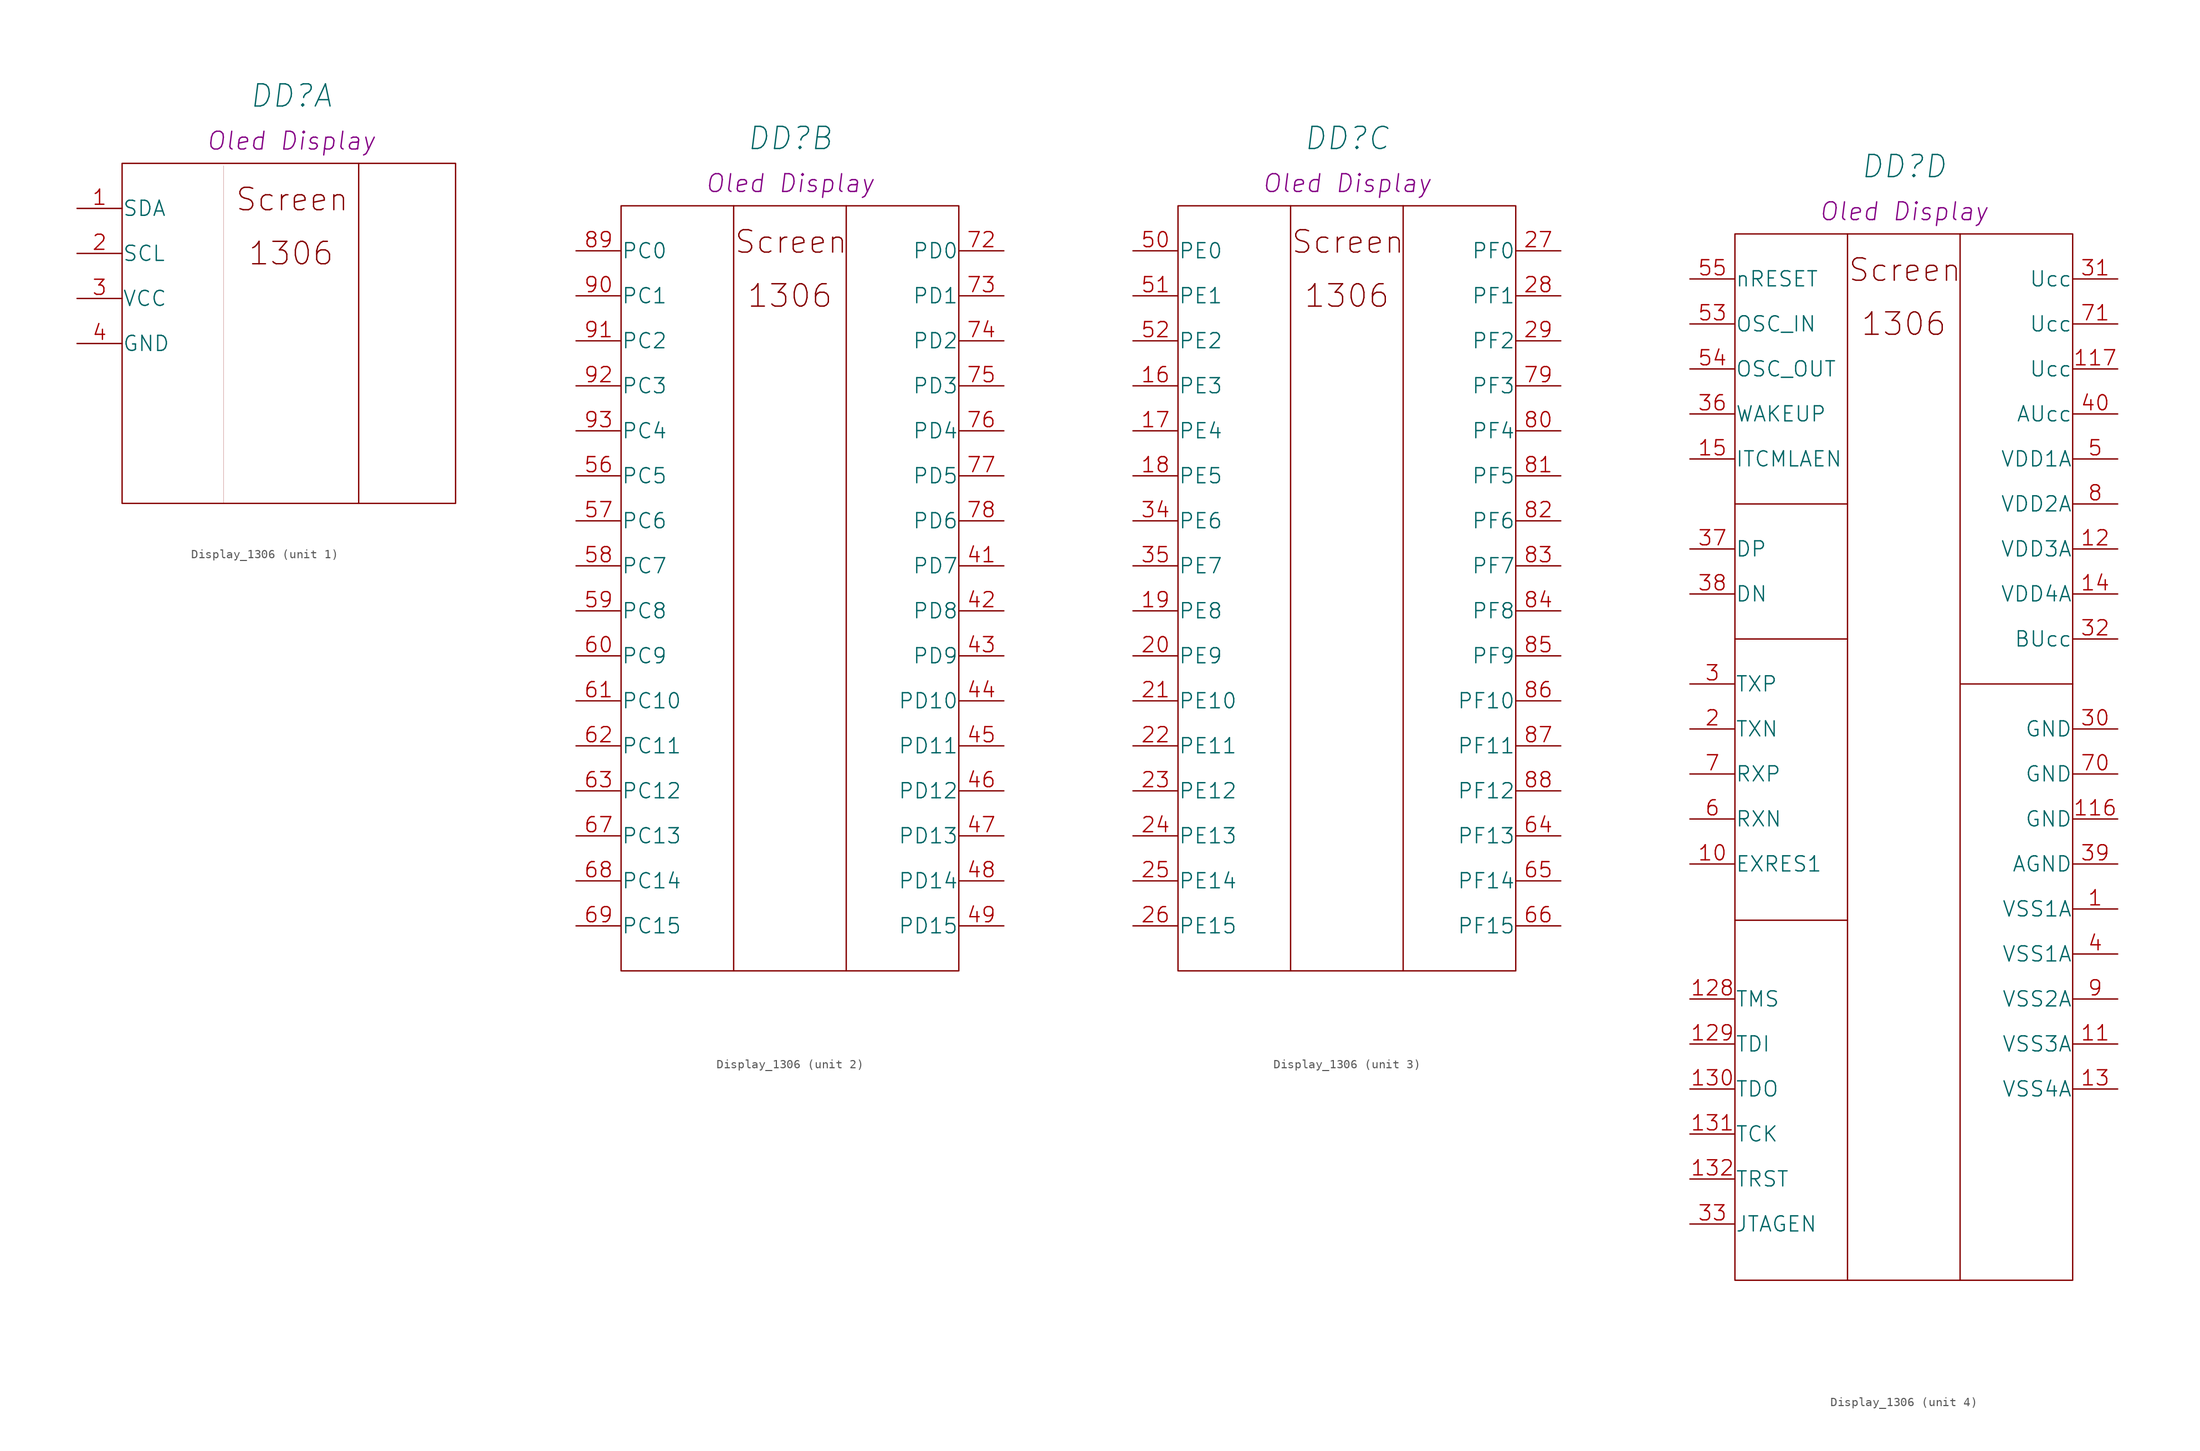
<source format=kicad_sym>
(kicad_symbol_lib
  (version 20210619)
  (generator kicad_symbol_editor)
  (symbol "my_Library:Display_1306"
    (pin_names
      (offset 0.025))
    (property "Reference" "DD"
      (at 24.13 12.7 0)
      (effects (font (size 2.501 2.501) italic)))
    (property "ValueName" "Oled Display"
      (at 24.13 7.62 0)
      (effects (font (size 2.007 2.007) italic)))
    (property "ki_locked" ""
      (at 0 0 0)
      (effects (font (size 1.27 1.27))))
    (symbol "Display_1306_0_0"
      (text "1306" (at 24.13 -5.08 0) (effects (font (size 2.527 2.527))))
      (text "Screen" (at 24.257 1.016 0) (effects (font (size 2.527 2.527)))))
    (symbol "Display_1306_1_1"
      (rectangle (start 5.08 5.08) (end 42.672 -33.274) (stroke (width 0)) (fill (type none)))
      (polyline (pts (xy 16.51 4.826) (xy 16.51 -33.274)) (stroke (width 0.001)) (fill (type none)))
      (polyline (pts (xy 31.75 5.08) (xy 31.75 -33.274)) (stroke (width 0)) (fill (type none)))
      (pin bidirectional line (at 0 0 0) (length 5.08) (name "SDA" (effects (font (size 1.702 1.702)))) (number "1" (effects (font (size 1.702 1.702)))))
      (pin bidirectional line (at 0 -5.08 0) (length 5.08) (name "SCL" (effects (font (size 1.702 1.702)))) (number "2" (effects (font (size 1.702 1.702)))))
      (pin bidirectional line (at 0 -10.16 0) (length 5.08) (name "VCC" (effects (font (size 1.702 1.702)))) (number "3" (effects (font (size 1.702 1.702)))))
      (pin bidirectional line (at 0 -15.24 0) (length 5.08) (name "GND" (effects (font (size 1.702 1.702)))) (number "4" (effects (font (size 1.702 1.702))))))
    (symbol "Display_1306_2_1"
      (rectangle (start 5.08 -81.28) (end 43.18 5.08) (stroke (width 0)) (fill (type none)))
      (polyline (pts (xy 30.48 5.08) (xy 30.48 -81.28)) (stroke (width 0)) (fill (type none)))
      (polyline (pts (xy 17.78 5.08) (xy 17.78 -74.93) (xy 17.78 -81.28)) (stroke (width 0)) (fill (type none)))
      (pin bidirectional line (at 48.26 -35.56 180) (length 5.08) (name "PD7" (effects (font (size 1.702 1.702)))) (number "41" (effects (font (size 1.702 1.702)))))
      (pin bidirectional line (at 48.26 -40.64 180) (length 5.08) (name "PD8" (effects (font (size 1.702 1.702)))) (number "42" (effects (font (size 1.702 1.702)))))
      (pin bidirectional line (at 48.26 -45.72 180) (length 5.08) (name "PD9" (effects (font (size 1.702 1.702)))) (number "43" (effects (font (size 1.702 1.702)))))
      (pin bidirectional line (at 48.26 -50.8 180) (length 5.08) (name "PD10" (effects (font (size 1.702 1.702)))) (number "44" (effects (font (size 1.702 1.702)))))
      (pin bidirectional line (at 48.26 -55.88 180) (length 5.08) (name "PD11" (effects (font (size 1.702 1.702)))) (number "45" (effects (font (size 1.702 1.702)))))
      (pin bidirectional line (at 48.26 -60.96 180) (length 5.08) (name "PD12" (effects (font (size 1.702 1.702)))) (number "46" (effects (font (size 1.702 1.702)))))
      (pin bidirectional line (at 48.26 -66.04 180) (length 5.08) (name "PD13" (effects (font (size 1.702 1.702)))) (number "47" (effects (font (size 1.702 1.702)))))
      (pin bidirectional line (at 48.26 -71.12 180) (length 5.08) (name "PD14" (effects (font (size 1.702 1.702)))) (number "48" (effects (font (size 1.702 1.702)))))
      (pin bidirectional line (at 48.26 -76.2 180) (length 5.08) (name "PD15" (effects (font (size 1.702 1.702)))) (number "49" (effects (font (size 1.702 1.702)))))
      (pin bidirectional line (at 0 -25.4 0) (length 5.08) (name "PC5" (effects (font (size 1.702 1.702)))) (number "56" (effects (font (size 1.702 1.702)))))
      (pin bidirectional line (at 0 -30.48 0) (length 5.08) (name "PC6" (effects (font (size 1.702 1.702)))) (number "57" (effects (font (size 1.702 1.702)))))
      (pin bidirectional line (at 0 -35.56 0) (length 5.08) (name "PC7" (effects (font (size 1.702 1.702)))) (number "58" (effects (font (size 1.702 1.702)))))
      (pin bidirectional line (at 0 -40.64 0) (length 5.08) (name "PC8" (effects (font (size 1.702 1.702)))) (number "59" (effects (font (size 1.702 1.702)))))
      (pin bidirectional line (at 0 -45.72 0) (length 5.08) (name "PC9" (effects (font (size 1.702 1.702)))) (number "60" (effects (font (size 1.702 1.702)))))
      (pin bidirectional line (at 0 -50.8 0) (length 5.08) (name "PC10" (effects (font (size 1.702 1.702)))) (number "61" (effects (font (size 1.702 1.702)))))
      (pin bidirectional line (at 0 -55.88 0) (length 5.08) (name "PC11" (effects (font (size 1.702 1.702)))) (number "62" (effects (font (size 1.702 1.702)))))
      (pin bidirectional line (at 0 -60.96 0) (length 5.08) (name "PC12" (effects (font (size 1.702 1.702)))) (number "63" (effects (font (size 1.702 1.702)))))
      (pin bidirectional line (at 0 -66.04 0) (length 5.08) (name "PC13" (effects (font (size 1.702 1.702)))) (number "67" (effects (font (size 1.702 1.702)))))
      (pin bidirectional line (at 0 -71.12 0) (length 5.08) (name "PC14" (effects (font (size 1.702 1.702)))) (number "68" (effects (font (size 1.702 1.702)))))
      (pin bidirectional line (at 0 -76.2 0) (length 5.08) (name "PC15" (effects (font (size 1.702 1.702)))) (number "69" (effects (font (size 1.702 1.702)))))
      (pin bidirectional line (at 48.26 0 180) (length 5.08) (name "PD0" (effects (font (size 1.702 1.702)))) (number "72" (effects (font (size 1.702 1.702)))))
      (pin bidirectional line (at 48.26 -5.08 180) (length 5.08) (name "PD1" (effects (font (size 1.702 1.702)))) (number "73" (effects (font (size 1.702 1.702)))))
      (pin bidirectional line (at 48.26 -10.16 180) (length 5.08) (name "PD2" (effects (font (size 1.702 1.702)))) (number "74" (effects (font (size 1.702 1.702)))))
      (pin bidirectional line (at 48.26 -15.24 180) (length 5.08) (name "PD3" (effects (font (size 1.702 1.702)))) (number "75" (effects (font (size 1.702 1.702)))))
      (pin bidirectional line (at 48.26 -20.32 180) (length 5.08) (name "PD4" (effects (font (size 1.702 1.702)))) (number "76" (effects (font (size 1.702 1.702)))))
      (pin bidirectional line (at 48.26 -25.4 180) (length 5.08) (name "PD5" (effects (font (size 1.702 1.702)))) (number "77" (effects (font (size 1.702 1.702)))))
      (pin bidirectional line (at 48.26 -30.48 180) (length 5.08) (name "PD6" (effects (font (size 1.702 1.702)))) (number "78" (effects (font (size 1.702 1.702)))))
      (pin bidirectional line (at 0 0 0) (length 5.08) (name "PC0" (effects (font (size 1.702 1.702)))) (number "89" (effects (font (size 1.702 1.702)))))
      (pin bidirectional line (at 0 -5.08 0) (length 5.08) (name "PC1" (effects (font (size 1.702 1.702)))) (number "90" (effects (font (size 1.702 1.702)))))
      (pin bidirectional line (at 0 -10.16 0) (length 5.08) (name "PC2" (effects (font (size 1.702 1.702)))) (number "91" (effects (font (size 1.702 1.702)))))
      (pin bidirectional line (at 0 -15.24 0) (length 5.08) (name "PC3" (effects (font (size 1.702 1.702)))) (number "92" (effects (font (size 1.702 1.702)))))
      (pin bidirectional line (at 0 -20.32 0) (length 5.08) (name "PC4" (effects (font (size 1.702 1.702)))) (number "93" (effects (font (size 1.702 1.702))))))
    (symbol "Display_1306_3_1"
      (rectangle (start 5.08 -81.28) (end 43.18 5.08) (stroke (width 0)) (fill (type none)))
      (polyline (pts (xy 30.48 5.08) (xy 30.48 -81.28)) (stroke (width 0)) (fill (type none)))
      (polyline (pts (xy 17.78 5.08) (xy 17.78 -55.88) (xy 17.78 -81.28)) (stroke (width 0)) (fill (type none)))
      (pin bidirectional line (at 0 -15.24 0) (length 5.08) (name "PE3" (effects (font (size 1.702 1.702)))) (number "16" (effects (font (size 1.702 1.702)))))
      (pin bidirectional line (at 0 -20.32 0) (length 5.08) (name "PE4" (effects (font (size 1.702 1.702)))) (number "17" (effects (font (size 1.702 1.702)))))
      (pin bidirectional line (at 0 -25.4 0) (length 5.08) (name "PE5" (effects (font (size 1.702 1.702)))) (number "18" (effects (font (size 1.702 1.702)))))
      (pin bidirectional line (at 0 -40.64 0) (length 5.08) (name "PE8" (effects (font (size 1.702 1.702)))) (number "19" (effects (font (size 1.702 1.702)))))
      (pin bidirectional line (at 0 -45.72 0) (length 5.08) (name "PE9" (effects (font (size 1.702 1.702)))) (number "20" (effects (font (size 1.702 1.702)))))
      (pin bidirectional line (at 0 -50.8 0) (length 5.08) (name "PE10" (effects (font (size 1.702 1.702)))) (number "21" (effects (font (size 1.702 1.702)))))
      (pin bidirectional line (at 0 -55.88 0) (length 5.08) (name "PE11" (effects (font (size 1.702 1.702)))) (number "22" (effects (font (size 1.702 1.702)))))
      (pin bidirectional line (at 0 -60.96 0) (length 5.08) (name "PE12" (effects (font (size 1.702 1.702)))) (number "23" (effects (font (size 1.702 1.702)))))
      (pin bidirectional line (at 0 -66.04 0) (length 5.08) (name "PE13" (effects (font (size 1.702 1.702)))) (number "24" (effects (font (size 1.702 1.702)))))
      (pin bidirectional line (at 0 -71.12 0) (length 5.08) (name "PE14" (effects (font (size 1.702 1.702)))) (number "25" (effects (font (size 1.702 1.702)))))
      (pin bidirectional line (at 0 -76.2 0) (length 5.08) (name "PE15" (effects (font (size 1.702 1.702)))) (number "26" (effects (font (size 1.702 1.702)))))
      (pin bidirectional line (at 48.26 0 180) (length 5.08) (name "PF0" (effects (font (size 1.702 1.702)))) (number "27" (effects (font (size 1.702 1.702)))))
      (pin bidirectional line (at 48.26 -5.08 180) (length 5.08) (name "PF1" (effects (font (size 1.702 1.702)))) (number "28" (effects (font (size 1.702 1.702)))))
      (pin bidirectional line (at 48.26 -10.16 180) (length 5.08) (name "PF2" (effects (font (size 1.702 1.702)))) (number "29" (effects (font (size 1.702 1.702)))))
      (pin bidirectional line (at 0 -30.48 0) (length 5.08) (name "PE6" (effects (font (size 1.702 1.702)))) (number "34" (effects (font (size 1.702 1.702)))))
      (pin bidirectional line (at 0 -35.56 0) (length 5.08) (name "PE7" (effects (font (size 1.702 1.702)))) (number "35" (effects (font (size 1.702 1.702)))))
      (pin bidirectional line (at 0 0 0) (length 5.08) (name "PE0" (effects (font (size 1.702 1.702)))) (number "50" (effects (font (size 1.702 1.702)))))
      (pin bidirectional line (at 0 -5.08 0) (length 5.08) (name "PE1" (effects (font (size 1.702 1.702)))) (number "51" (effects (font (size 1.702 1.702)))))
      (pin bidirectional line (at 0 -10.16 0) (length 5.08) (name "PE2" (effects (font (size 1.702 1.702)))) (number "52" (effects (font (size 1.702 1.702)))))
      (pin bidirectional line (at 48.26 -66.04 180) (length 5.08) (name "PF13" (effects (font (size 1.702 1.702)))) (number "64" (effects (font (size 1.702 1.702)))))
      (pin bidirectional line (at 48.26 -71.12 180) (length 5.08) (name "PF14" (effects (font (size 1.702 1.702)))) (number "65" (effects (font (size 1.702 1.702)))))
      (pin bidirectional line (at 48.26 -76.2 180) (length 5.08) (name "PF15" (effects (font (size 1.702 1.702)))) (number "66" (effects (font (size 1.702 1.702)))))
      (pin bidirectional line (at 48.26 -15.24 180) (length 5.08) (name "PF3" (effects (font (size 1.702 1.702)))) (number "79" (effects (font (size 1.702 1.702)))))
      (pin bidirectional line (at 48.26 -20.32 180) (length 5.08) (name "PF4" (effects (font (size 1.702 1.702)))) (number "80" (effects (font (size 1.702 1.702)))))
      (pin bidirectional line (at 48.26 -25.4 180) (length 5.08) (name "PF5" (effects (font (size 1.702 1.702)))) (number "81" (effects (font (size 1.702 1.702)))))
      (pin bidirectional line (at 48.26 -30.48 180) (length 5.08) (name "PF6" (effects (font (size 1.702 1.702)))) (number "82" (effects (font (size 1.702 1.702)))))
      (pin bidirectional line (at 48.26 -35.56 180) (length 5.08) (name "PF7" (effects (font (size 1.702 1.702)))) (number "83" (effects (font (size 1.702 1.702)))))
      (pin bidirectional line (at 48.26 -40.64 180) (length 5.08) (name "PF8" (effects (font (size 1.702 1.702)))) (number "84" (effects (font (size 1.702 1.702)))))
      (pin bidirectional line (at 48.26 -45.72 180) (length 5.08) (name "PF9" (effects (font (size 1.702 1.702)))) (number "85" (effects (font (size 1.702 1.702)))))
      (pin bidirectional line (at 48.26 -50.8 180) (length 5.08) (name "PF10" (effects (font (size 1.702 1.702)))) (number "86" (effects (font (size 1.702 1.702)))))
      (pin bidirectional line (at 48.26 -55.88 180) (length 5.08) (name "PF11" (effects (font (size 1.702 1.702)))) (number "87" (effects (font (size 1.702 1.702)))))
      (pin bidirectional line (at 48.26 -60.96 180) (length 5.08) (name "PF12" (effects (font (size 1.702 1.702)))) (number "88" (effects (font (size 1.702 1.702))))))
    (symbol "Display_1306_4_1"
      (rectangle (start 5.08 -113.03) (end 43.18 5.08) (stroke (width 0)) (fill (type none)))
      (polyline (pts (xy 5.08 -72.39) (xy 17.78 -72.39)) (stroke (width 0)) (fill (type none)))
      (polyline (pts (xy 5.08 -40.64) (xy 17.78 -40.64)) (stroke (width 0)) (fill (type none)))
      (polyline (pts (xy 5.08 -25.4) (xy 17.78 -25.4)) (stroke (width 0)) (fill (type none)))
      (polyline (pts (xy 30.48 -45.72) (xy 43.18 -45.72)) (stroke (width 0)) (fill (type none)))
      (polyline (pts (xy 30.48 5.08) (xy 30.48 -113.03)) (stroke (width 0)) (fill (type none)))
      (polyline (pts (xy 17.78 5.08) (xy 17.78 -67.31) (xy 17.78 -113.03)) (stroke (width 0)) (fill (type none)))
      (pin power_in line (at 48.26 -71.12 180) (length 5.08) (name "VSS1A" (effects (font (size 1.702 1.702)))) (number "1" (effects (font (size 1.702 1.702)))))
      (pin bidirectional line (at 0 -66.04 0) (length 5.08) (name "EXRES1" (effects (font (size 1.702 1.702)))) (number "10" (effects (font (size 1.702 1.702)))))
      (pin power_in line (at 48.26 -86.36 180) (length 5.08) (name "VSS3A" (effects (font (size 1.702 1.702)))) (number "11" (effects (font (size 1.702 1.702)))))
      (pin power_in line (at 48.26 -60.96 180) (length 5.08) (name "GND" (effects (font (size 1.702 1.702)))) (number "116" (effects (font (size 1.702 1.702)))))
      (pin power_in line (at 48.26 -10.16 180) (length 5.08) (name "Ucc" (effects (font (size 1.702 1.702)))) (number "117" (effects (font (size 1.702 1.702)))))
      (pin power_in line (at 48.26 -30.48 180) (length 5.08) (name "VDD3A" (effects (font (size 1.702 1.702)))) (number "12" (effects (font (size 1.702 1.702)))))
      (pin bidirectional line (at 0 -81.28 0) (length 5.08) (name "TMS" (effects (font (size 1.702 1.702)))) (number "128" (effects (font (size 1.702 1.702)))))
      (pin bidirectional line (at 0 -86.36 0) (length 5.08) (name "TDI" (effects (font (size 1.702 1.702)))) (number "129" (effects (font (size 1.702 1.702)))))
      (pin power_out line (at 48.26 -91.44 180) (length 5.08) (name "VSS4A" (effects (font (size 1.702 1.702)))) (number "13" (effects (font (size 1.702 1.702)))))
      (pin bidirectional line (at 0 -91.44 0) (length 5.08) (name "TDO" (effects (font (size 1.702 1.702)))) (number "130" (effects (font (size 1.702 1.702)))))
      (pin bidirectional line (at 0 -96.52 0) (length 5.08) (name "TCK" (effects (font (size 1.702 1.702)))) (number "131" (effects (font (size 1.702 1.702)))))
      (pin bidirectional line (at 0 -101.6 0) (length 5.08) (name "TRST" (effects (font (size 1.702 1.702)))) (number "132" (effects (font (size 1.702 1.702)))))
      (pin power_in line (at 48.26 -35.56 180) (length 5.08) (name "VDD4A" (effects (font (size 1.702 1.702)))) (number "14" (effects (font (size 1.702 1.702)))))
      (pin bidirectional line (at 0 -20.32 0) (length 5.08) (name "ITCMLAEN" (effects (font (size 1.702 1.702)))) (number "15" (effects (font (size 1.702 1.702)))))
      (pin bidirectional line (at 0 -50.8 0) (length 5.08) (name "TXN" (effects (font (size 1.702 1.702)))) (number "2" (effects (font (size 1.702 1.702)))))
      (pin bidirectional line (at 0 -45.72 0) (length 5.08) (name "TXP" (effects (font (size 1.702 1.702)))) (number "3" (effects (font (size 1.702 1.702)))))
      (pin power_in line (at 48.26 -50.8 180) (length 5.08) (name "GND" (effects (font (size 1.702 1.702)))) (number "30" (effects (font (size 1.702 1.702)))))
      (pin power_in line (at 48.26 0 180) (length 5.08) (name "Ucc" (effects (font (size 1.702 1.702)))) (number "31" (effects (font (size 1.702 1.702)))))
      (pin power_in line (at 48.26 -40.64 180) (length 5.08) (name "BUcc" (effects (font (size 1.702 1.702)))) (number "32" (effects (font (size 1.702 1.702)))))
      (pin bidirectional line (at 0 -106.68 0) (length 5.08) (name "JTAGEN" (effects (font (size 1.702 1.702)))) (number "33" (effects (font (size 1.702 1.702)))))
      (pin bidirectional line (at 0 -15.24 0) (length 5.08) (name "WAKEUP" (effects (font (size 1.702 1.702)))) (number "36" (effects (font (size 1.702 1.702)))))
      (pin bidirectional line (at 0 -30.48 0) (length 5.08) (name "DP" (effects (font (size 1.702 1.702)))) (number "37" (effects (font (size 1.702 1.702)))))
      (pin bidirectional line (at 0 -35.56 0) (length 5.08) (name "DN" (effects (font (size 1.702 1.702)))) (number "38" (effects (font (size 1.702 1.702)))))
      (pin power_in line (at 48.26 -66.04 180) (length 5.08) (name "AGND" (effects (font (size 1.702 1.702)))) (number "39" (effects (font (size 1.702 1.702)))))
      (pin power_in line (at 48.26 -76.2 180) (length 5.08) (name "VSS1A" (effects (font (size 1.702 1.702)))) (number "4" (effects (font (size 1.702 1.702)))))
      (pin power_in line (at 48.26 -15.24 180) (length 5.08) (name "AUcc" (effects (font (size 1.702 1.702)))) (number "40" (effects (font (size 1.702 1.702)))))
      (pin power_in line (at 48.26 -20.32 180) (length 5.08) (name "VDD1A" (effects (font (size 1.702 1.702)))) (number "5" (effects (font (size 1.702 1.702)))))
      (pin bidirectional line (at 0 -5.08 0) (length 5.08) (name "OSC_IN" (effects (font (size 1.702 1.702)))) (number "53" (effects (font (size 1.702 1.702)))))
      (pin bidirectional line (at 0 -10.16 0) (length 5.08) (name "OSC_OUT" (effects (font (size 1.702 1.702)))) (number "54" (effects (font (size 1.702 1.702)))))
      (pin bidirectional line (at 0 0 0) (length 5.08) (name "nRESET" (effects (font (size 1.702 1.702)))) (number "55" (effects (font (size 1.702 1.702)))))
      (pin bidirectional line (at 0 -60.96 0) (length 5.08) (name "RXN" (effects (font (size 1.702 1.702)))) (number "6" (effects (font (size 1.702 1.702)))))
      (pin bidirectional line (at 0 -55.88 0) (length 5.08) (name "RXP" (effects (font (size 1.702 1.702)))) (number "7" (effects (font (size 1.702 1.702)))))
      (pin power_in line (at 48.26 -55.88 180) (length 5.08) (name "GND" (effects (font (size 1.702 1.702)))) (number "70" (effects (font (size 1.702 1.702)))))
      (pin power_in line (at 48.26 -5.08 180) (length 5.08) (name "Ucc" (effects (font (size 1.702 1.702)))) (number "71" (effects (font (size 1.702 1.702)))))
      (pin power_in line (at 48.26 -25.4 180) (length 5.08) (name "VDD2A" (effects (font (size 1.702 1.702)))) (number "8" (effects (font (size 1.702 1.702)))))
      (pin power_in line (at 48.26 -81.28 180) (length 5.08) (name "VSS2A" (effects (font (size 1.702 1.702)))) (number "9" (effects (font (size 1.702 1.702))))))))
</source>
